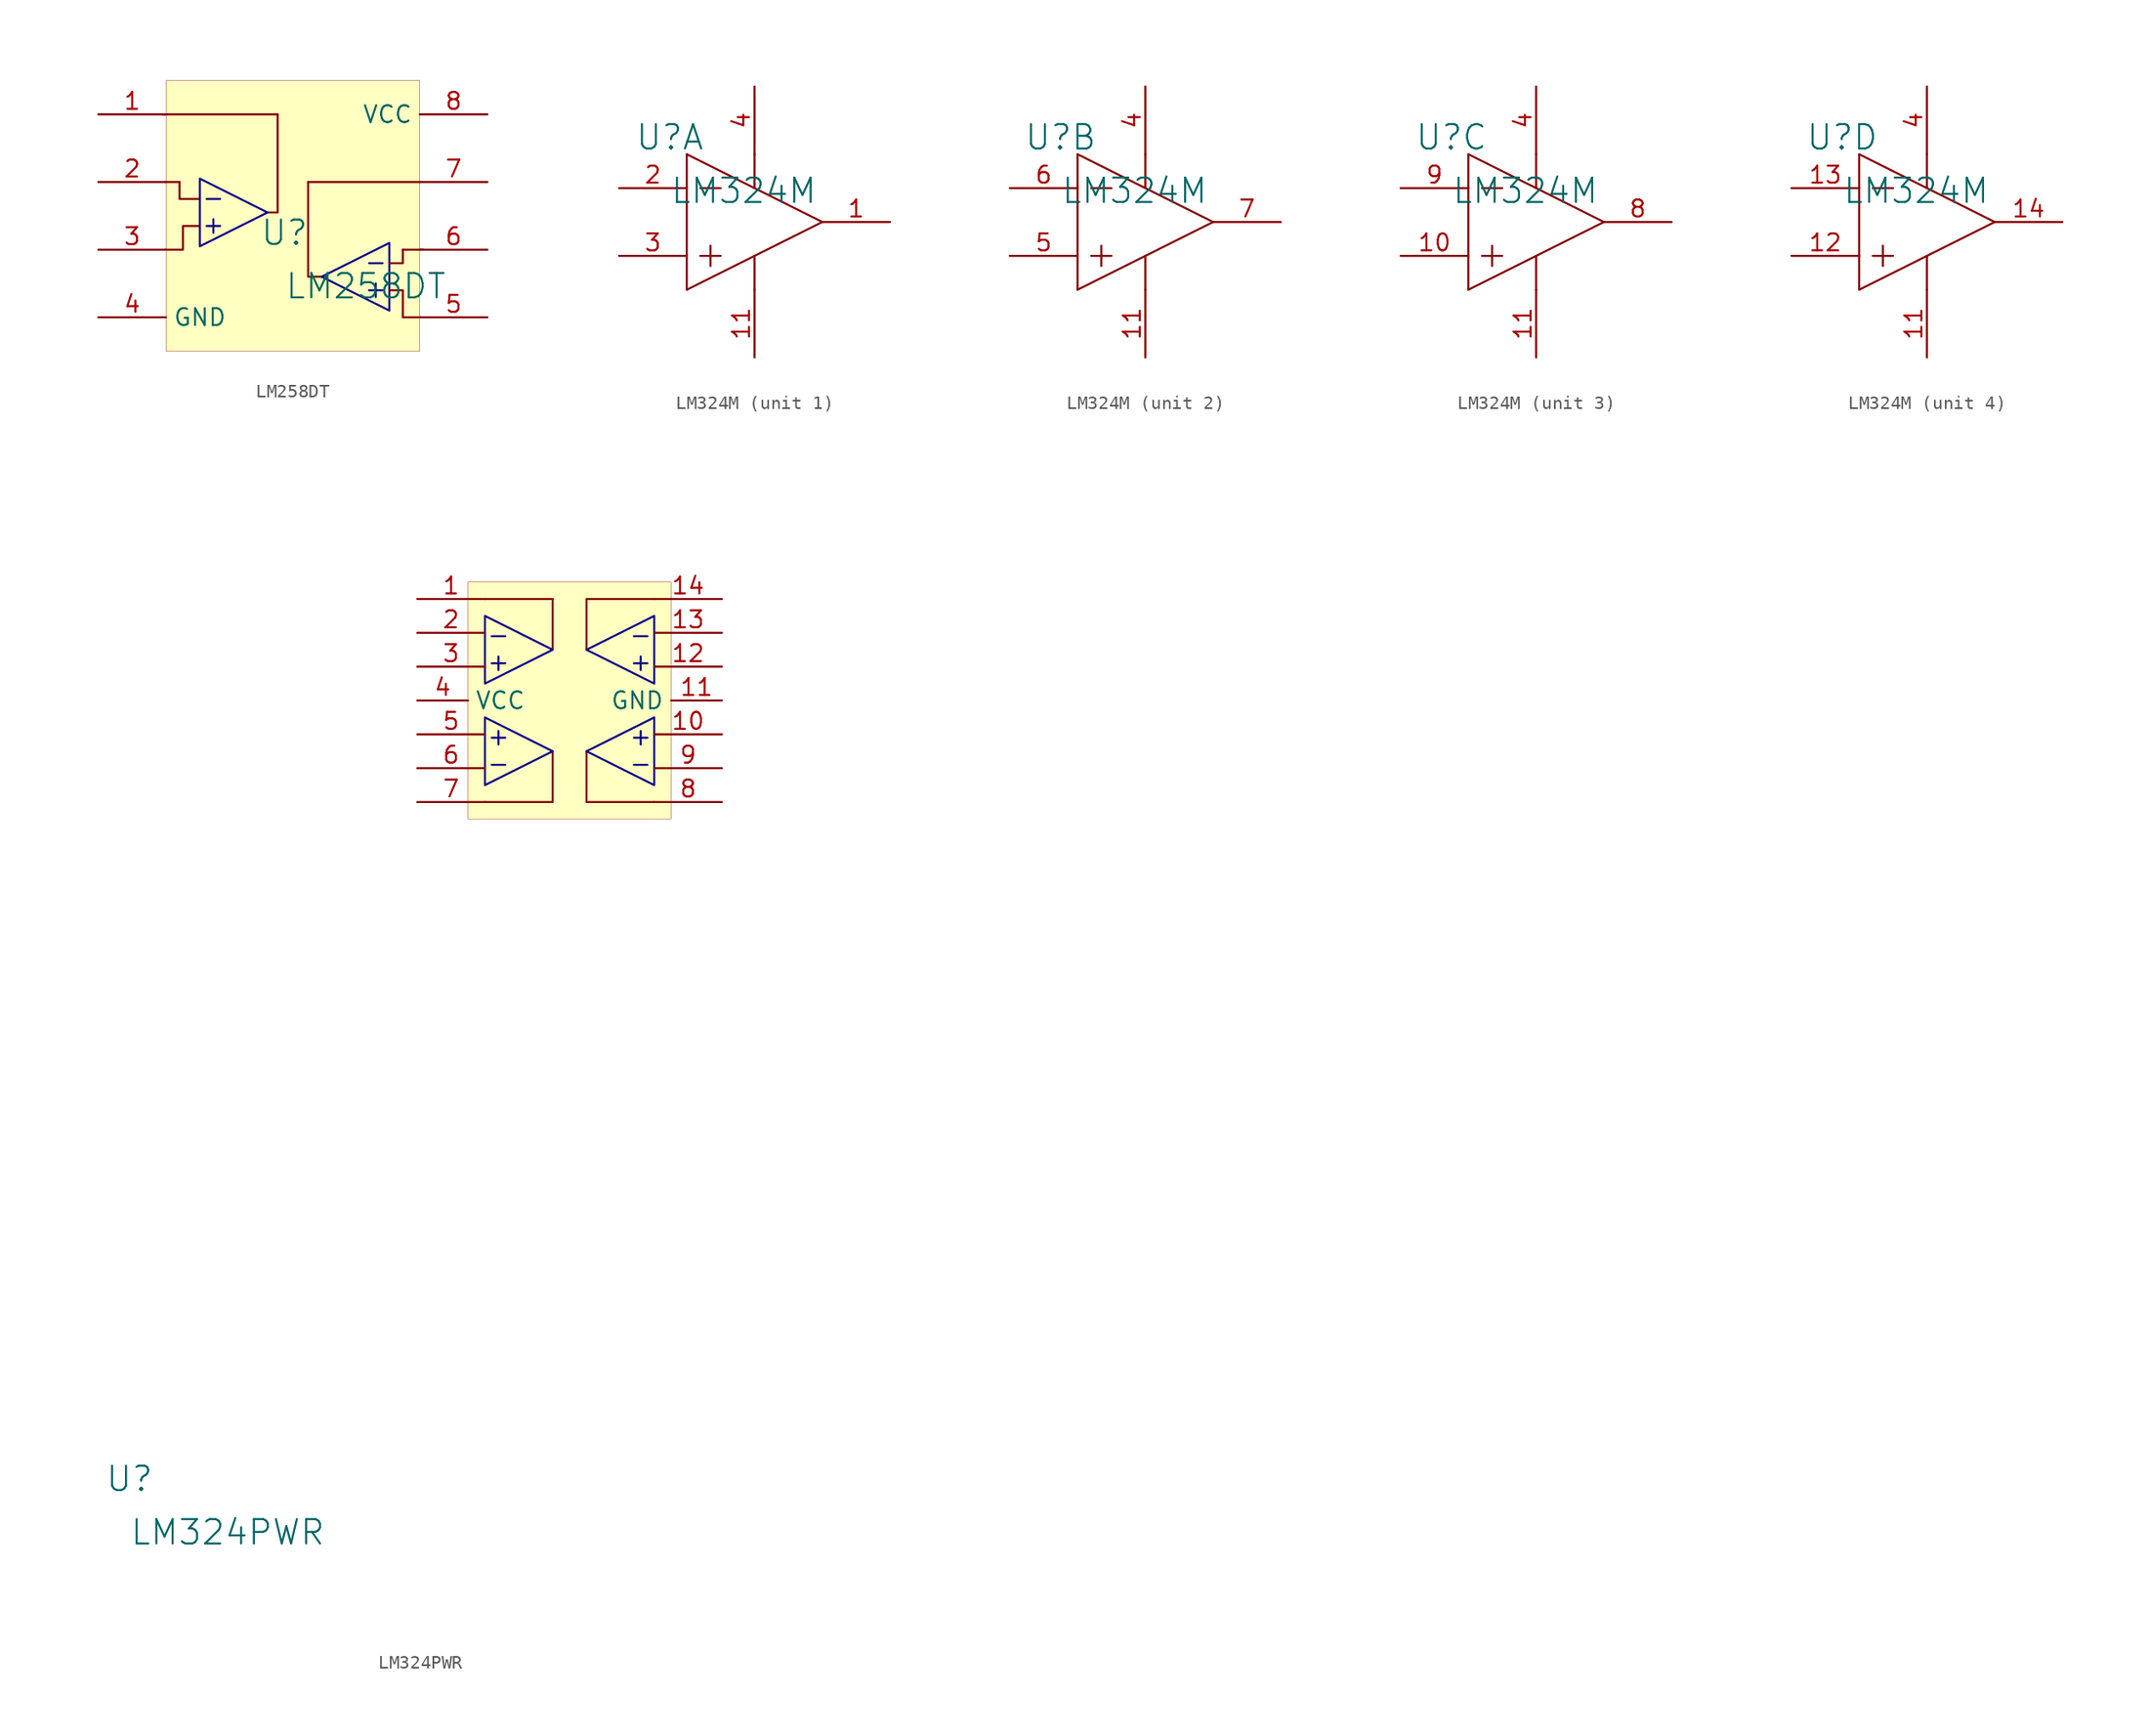
<source format=kicad_sym>
(kicad_symbol_lib
  (version 20241209)
  (generator "kicad_symbol_editor")
  (generator_version "9.0")
  (symbol "LM258DT"
    (property "Reference" "U"
      (at -1.27 1.27 0)
      (effects (font (size 1.829 1.829))))
    (property "Value" "LM258DT"
      (at -1.27 -3.81 0)
      (effects (font (size 1.829 1.829)) (justify left bottom)))
    (symbol "LM258DT_1_0"
      (polyline (pts (xy -10.414 10.16) (xy -1.778 10.16)) (stroke (width 0) (type solid)) (fill (type none)))
      (polyline (pts (xy -10.16 5.08) (xy -9.144 5.08)) (stroke (width 0) (type solid)) (fill (type none)))
      (polyline (pts (xy -7.62 3.81) (xy -9.144 3.81) (xy -9.144 5.08)) (stroke (width 0) (type solid)) (fill (type none)))
      (polyline (pts (xy -7.62 1.778) (xy -8.89 1.778) (xy -8.89 0) (xy -10.16 0)) (stroke (width 0) (type solid)) (fill (type none)))
      (polyline (pts (xy -7.112 3.81) (xy -6.096 3.81)) (stroke (width 0) (type solid) (color 12 0 135 1)) (fill (type none)))
      (polyline (pts (xy -7.112 1.778) (xy -6.096 1.778)) (stroke (width 0) (type solid) (color 12 0 135 1)) (fill (type none)))
      (polyline (pts (xy -6.604 1.27) (xy -6.604 2.286)) (stroke (width 0) (type solid) (color 12 0 135 1)) (fill (type none)))
      (polyline (pts (xy -2.54 2.794) (xy -1.778 2.794) (xy -1.778 10.16)) (stroke (width 0) (type solid)) (fill (type none)))
      (polyline (pts (xy -2.54 2.794) (xy -7.62 0.254) (xy -7.62 5.334) (xy -2.54 2.794)) (stroke (width 0) (type solid) (color 12 0 135 1)) (fill (type none)))
      (polyline (pts (xy 1.524 -2.032) (xy 0.508 -2.032) (xy 0.508 5.08)) (stroke (width 0) (type solid)) (fill (type none)))
      (polyline (pts (xy 1.524 -2.032) (xy 6.604 -4.572) (xy 6.604 0.508) (xy 1.524 -2.032)) (stroke (width 0) (type solid) (color 12 0 135 1)) (fill (type none)))
      (polyline (pts (xy 5.588 -3.556) (xy 5.588 -2.54)) (stroke (width 0) (type solid) (color 12 0 135 1)) (fill (type none)))
      (polyline (pts (xy 6.096 -1.016) (xy 5.08 -1.016)) (stroke (width 0) (type solid) (color 12 0 135 1)) (fill (type none)))
      (polyline (pts (xy 6.096 -3.048) (xy 5.08 -3.048)) (stroke (width 0) (type solid) (color 12 0 135 1)) (fill (type none)))
      (polyline (pts (xy 6.604 -1.016) (xy 7.62 -1.016) (xy 7.62 0)) (stroke (width 0) (type solid)) (fill (type none)))
      (polyline (pts (xy 6.604 -3.048) (xy 7.62 -3.048) (xy 7.62 -5.08) (xy 8.89 -5.08)) (stroke (width 0) (type solid)) (fill (type none)))
      (polyline (pts (xy 7.62 0) (xy 9.144 0)) (stroke (width 0) (type solid)) (fill (type none)))
      (rectangle (start 8.89 12.7) (end -10.16 -7.62) (stroke (width 0.025) (type solid) (color 128 0 0 1)) (fill (type background)))
      (polyline (pts (xy 8.89 5.08) (xy 0.508 5.08)) (stroke (width 0) (type solid)) (fill (type none)))
      (pin passive line (at -15.24 10.16 0) (length 5.08) (name "" (effects (font (size 1.27 1.27)))) (number "1" (effects (font (size 1.27 1.27)))))
      (pin passive line (at -15.24 5.08 0) (length 5.08) (name "" (effects (font (size 1.27 1.27)))) (number "2" (effects (font (size 1.27 1.27)))))
      (pin passive line (at -15.24 0 0) (length 5.08) (name "" (effects (font (size 1.27 1.27)))) (number "3" (effects (font (size 1.27 1.27)))))
      (pin passive line (at -15.24 -5.08 0) (length 5.08) (name "GND" (effects (font (size 1.27 1.27)))) (number "4" (effects (font (size 1.27 1.27)))))
      (pin passive line (at 13.97 10.16 180) (length 5.08) (name "VCC" (effects (font (size 1.27 1.27)))) (number "8" (effects (font (size 1.27 1.27)))))
      (pin passive line (at 13.97 5.08 180) (length 5.08) (name "" (effects (font (size 1.27 1.27)))) (number "7" (effects (font (size 1.27 1.27)))))
      (pin passive line (at 13.97 0 180) (length 5.08) (name "" (effects (font (size 1.27 1.27)))) (number "6" (effects (font (size 1.27 1.27)))))
      (pin passive line (at 13.97 -5.08 180) (length 5.08) (name "" (effects (font (size 1.27 1.27)))) (number "5" (effects (font (size 1.27 1.27)))))))
  (symbol "LM324M"
    (pin_names
      (hide yes))
    (property "Reference" "U"
      (at -1.27 1.27 0)
      (effects (font (size 1.829 1.829))))
    (property "Value" "LM324M"
      (at -1.27 -3.81 0)
      (effects (font (size 1.829 1.829)) (justify left bottom)))
    (symbol "LM324M_0_0"
      (pin power_in line (at 5.08 5.08 270) (length 5.08) (name "V+" (effects (font (size 1.27 1.27)))) (number "4" (effects (font (size 1.27 1.27)))))
      (pin power_in line (at 5.08 -15.24 90) (length 5.08) (name "GND" (effects (font (size 1.27 1.27)))) (number "11" (effects (font (size 1.27 1.27))))))
    (symbol "LM324M_1_0"
      (polyline (pts (xy 0 0) (xy 0 -10.16)) (stroke (width 0) (type solid)) (fill (type none)))
      (polyline (pts (xy 0 0) (xy 10.16 -5.08)) (stroke (width 0) (type solid)) (fill (type none)))
      (polyline (pts (xy 0 -10.16) (xy 10.16 -5.08)) (stroke (width 0) (type solid)) (fill (type none)))
      (polyline (pts (xy 1.016 -2.54) (xy 2.54 -2.54)) (stroke (width 0) (type solid)) (fill (type none)))
      (polyline (pts (xy 1.016 -7.62) (xy 2.54 -7.62)) (stroke (width 0) (type solid)) (fill (type none)))
      (polyline (pts (xy 1.778 -6.858) (xy 1.778 -8.382)) (stroke (width 0) (type solid)) (fill (type none)))
      (polyline (pts (xy 5.08 0) (xy 5.08 -2.54)) (stroke (width 0) (type solid)) (fill (type none)))
      (polyline (pts (xy 5.08 -7.62) (xy 5.08 -10.16)) (stroke (width 0) (type solid)) (fill (type none)))
      (pin input line (at -5.08 -2.54 0) (length 5.08) (name "IN1-" (effects (font (size 1.27 1.27)))) (number "2" (effects (font (size 1.27 1.27)))))
      (pin input line (at -5.08 -7.62 0) (length 5.08) (name "IN1+" (effects (font (size 1.27 1.27)))) (number "3" (effects (font (size 1.27 1.27)))))
      (pin output line (at 15.24 -5.08 180) (length 5.08) (name "OUT1" (effects (font (size 1.27 1.27)))) (number "1" (effects (font (size 1.27 1.27))))))
    (symbol "LM324M_2_0"
      (polyline (pts (xy 0 0) (xy 0 -10.16)) (stroke (width 0) (type solid)) (fill (type none)))
      (polyline (pts (xy 0 0) (xy 10.16 -5.08)) (stroke (width 0) (type solid)) (fill (type none)))
      (polyline (pts (xy 0 -10.16) (xy 10.16 -5.08)) (stroke (width 0) (type solid)) (fill (type none)))
      (polyline (pts (xy 1.016 -2.54) (xy 2.54 -2.54)) (stroke (width 0) (type solid)) (fill (type none)))
      (polyline (pts (xy 1.016 -7.62) (xy 2.54 -7.62)) (stroke (width 0) (type solid)) (fill (type none)))
      (polyline (pts (xy 1.778 -6.858) (xy 1.778 -8.382)) (stroke (width 0) (type solid)) (fill (type none)))
      (polyline (pts (xy 5.08 0) (xy 5.08 -2.54)) (stroke (width 0) (type solid)) (fill (type none)))
      (polyline (pts (xy 5.08 -7.62) (xy 5.08 -10.16)) (stroke (width 0) (type solid)) (fill (type none)))
      (pin input line (at -5.08 -2.54 0) (length 5.08) (name "IN2-" (effects (font (size 1.27 1.27)))) (number "6" (effects (font (size 1.27 1.27)))))
      (pin input line (at -5.08 -7.62 0) (length 5.08) (name "IN2+" (effects (font (size 1.27 1.27)))) (number "5" (effects (font (size 1.27 1.27)))))
      (pin output line (at 15.24 -5.08 180) (length 5.08) (name "OUT2" (effects (font (size 1.27 1.27)))) (number "7" (effects (font (size 1.27 1.27))))))
    (symbol "LM324M_3_0"
      (polyline (pts (xy 0 0) (xy 0 -10.16)) (stroke (width 0) (type solid)) (fill (type none)))
      (polyline (pts (xy 0 0) (xy 10.16 -5.08)) (stroke (width 0) (type solid)) (fill (type none)))
      (polyline (pts (xy 0 -10.16) (xy 10.16 -5.08)) (stroke (width 0) (type solid)) (fill (type none)))
      (polyline (pts (xy 1.016 -2.54) (xy 2.54 -2.54)) (stroke (width 0) (type solid)) (fill (type none)))
      (polyline (pts (xy 1.016 -7.62) (xy 2.54 -7.62)) (stroke (width 0) (type solid)) (fill (type none)))
      (polyline (pts (xy 1.778 -6.858) (xy 1.778 -8.382)) (stroke (width 0) (type solid)) (fill (type none)))
      (polyline (pts (xy 5.08 0) (xy 5.08 -2.54)) (stroke (width 0) (type solid)) (fill (type none)))
      (polyline (pts (xy 5.08 -7.62) (xy 5.08 -10.16)) (stroke (width 0) (type solid)) (fill (type none)))
      (pin input line (at -5.08 -2.54 0) (length 5.08) (name "IN3-" (effects (font (size 1.27 1.27)))) (number "9" (effects (font (size 1.27 1.27)))))
      (pin input line (at -5.08 -7.62 0) (length 5.08) (name "IN3+" (effects (font (size 1.27 1.27)))) (number "10" (effects (font (size 1.27 1.27)))))
      (pin output line (at 15.24 -5.08 180) (length 5.08) (name "OUT3" (effects (font (size 1.27 1.27)))) (number "8" (effects (font (size 1.27 1.27))))))
    (symbol "LM324M_4_0"
      (polyline (pts (xy 0 0) (xy 0 -10.16)) (stroke (width 0) (type solid)) (fill (type none)))
      (polyline (pts (xy 0 0) (xy 10.16 -5.08)) (stroke (width 0) (type solid)) (fill (type none)))
      (polyline (pts (xy 0 -10.16) (xy 10.16 -5.08)) (stroke (width 0) (type solid)) (fill (type none)))
      (polyline (pts (xy 1.016 -2.54) (xy 2.54 -2.54)) (stroke (width 0) (type solid)) (fill (type none)))
      (polyline (pts (xy 1.016 -7.62) (xy 2.54 -7.62)) (stroke (width 0) (type solid)) (fill (type none)))
      (polyline (pts (xy 1.778 -6.858) (xy 1.778 -8.382)) (stroke (width 0) (type solid)) (fill (type none)))
      (polyline (pts (xy 5.08 0) (xy 5.08 -2.54)) (stroke (width 0) (type solid)) (fill (type none)))
      (polyline (pts (xy 5.08 -7.62) (xy 5.08 -10.16)) (stroke (width 0) (type solid)) (fill (type none)))
      (pin input line (at -5.08 -2.54 0) (length 5.08) (name "IN4-" (effects (font (size 1.27 1.27)))) (number "13" (effects (font (size 1.27 1.27)))))
      (pin input line (at -5.08 -7.62 0) (length 5.08) (name "IN4+" (effects (font (size 1.27 1.27)))) (number "12" (effects (font (size 1.27 1.27)))))
      (pin output line (at 15.24 -5.08 180) (length 5.08) (name "OUT4" (effects (font (size 1.27 1.27)))) (number "14" (effects (font (size 1.27 1.27)))))))
  (symbol "LM324PWR"
    (property "Reference" "U"
      (at -1.27 1.27 0)
      (effects (font (size 1.829 1.829))))
    (property "Value" "LM324PWR"
      (at -1.27 -3.81 0)
      (effects (font (size 1.829 1.829)) (justify left bottom)))
    (symbol "LM324PWR_1_0"
      (polyline (pts (xy 25.4 67.31) (xy 30.48 67.31)) (stroke (width 0) (type solid)) (fill (type none)))
      (polyline (pts (xy 25.908 64.516) (xy 26.924 64.516)) (stroke (width 0) (type solid) (color 12 0 135 1)) (fill (type none)))
      (polyline (pts (xy 25.908 62.484) (xy 26.924 62.484)) (stroke (width 0) (type solid) (color 12 0 135 1)) (fill (type none)))
      (polyline (pts (xy 25.908 56.896) (xy 26.924 56.896)) (stroke (width 0) (type solid) (color 12 0 135 1)) (fill (type none)))
      (polyline (pts (xy 25.908 54.864) (xy 26.924 54.864)) (stroke (width 0) (type solid) (color 12 0 135 1)) (fill (type none)))
      (polyline (pts (xy 26.416 61.976) (xy 26.416 62.992)) (stroke (width 0) (type solid) (color 12 0 135 1)) (fill (type none)))
      (polyline (pts (xy 26.416 56.388) (xy 26.416 57.404)) (stroke (width 0) (type solid) (color 12 0 135 1)) (fill (type none)))
      (polyline (pts (xy 30.48 63.5) (xy 30.48 67.31)) (stroke (width 0) (type solid)) (fill (type none)))
      (polyline (pts (xy 30.48 63.5) (xy 25.4 60.96) (xy 25.4 66.04) (xy 30.48 63.5)) (stroke (width 0) (type solid) (color 12 0 135 1)) (fill (type none)))
      (polyline (pts (xy 30.48 55.88) (xy 30.48 52.07) (xy 25.4 52.07)) (stroke (width 0) (type solid)) (fill (type none)))
      (polyline (pts (xy 30.48 55.88) (xy 25.4 53.34) (xy 25.4 58.42) (xy 30.48 55.88)) (stroke (width 0) (type solid) (color 12 0 135 1)) (fill (type none)))
      (polyline (pts (xy 33.02 63.5) (xy 33.02 67.31) (xy 38.1 67.31)) (stroke (width 0) (type solid)) (fill (type none)))
      (polyline (pts (xy 33.02 63.5) (xy 38.1 66.04) (xy 38.1 60.96) (xy 33.02 63.5)) (stroke (width 0) (type solid) (color 12 0 135 1)) (fill (type none)))
      (polyline (pts (xy 33.02 55.88) (xy 33.02 52.07) (xy 38.1 52.07)) (stroke (width 0) (type solid)) (fill (type none)))
      (polyline (pts (xy 33.02 55.88) (xy 38.1 58.42) (xy 38.1 53.34) (xy 33.02 55.88)) (stroke (width 0) (type solid) (color 12 0 135 1)) (fill (type none)))
      (polyline (pts (xy 37.084 62.992) (xy 37.084 61.976)) (stroke (width 0) (type solid) (color 12 0 135 1)) (fill (type none)))
      (polyline (pts (xy 37.084 57.404) (xy 37.084 56.388)) (stroke (width 0) (type solid) (color 12 0 135 1)) (fill (type none)))
      (polyline (pts (xy 37.592 64.516) (xy 36.576 64.516)) (stroke (width 0) (type solid) (color 12 0 135 1)) (fill (type none)))
      (polyline (pts (xy 37.592 62.484) (xy 36.576 62.484)) (stroke (width 0) (type solid) (color 12 0 135 1)) (fill (type none)))
      (polyline (pts (xy 37.592 56.896) (xy 36.576 56.896)) (stroke (width 0) (type solid) (color 12 0 135 1)) (fill (type none)))
      (polyline (pts (xy 37.592 54.864) (xy 36.576 54.864)) (stroke (width 0) (type solid) (color 12 0 135 1)) (fill (type none)))
      (rectangle (start 39.37 68.58) (end 24.13 50.8) (stroke (width 0.025) (type solid) (color 128 0 0 1)) (fill (type background)))
      (pin passive line (at 20.32 67.31 0) (length 5.08) (name "" (effects (font (size 1.27 1.27)))) (number "1" (effects (font (size 1.27 1.27)))))
      (pin passive line (at 20.32 64.77 0) (length 5.08) (name "" (effects (font (size 1.27 1.27)))) (number "2" (effects (font (size 1.27 1.27)))))
      (pin passive line (at 20.32 62.23 0) (length 5.08) (name "" (effects (font (size 1.27 1.27)))) (number "3" (effects (font (size 1.27 1.27)))))
      (pin passive line (at 20.32 59.69 0) (length 3.81) (name "VCC" (effects (font (size 1.27 1.27)))) (number "4" (effects (font (size 1.27 1.27)))))
      (pin passive line (at 20.32 57.15 0) (length 5.08) (name "" (effects (font (size 1.27 1.27)))) (number "5" (effects (font (size 1.27 1.27)))))
      (pin passive line (at 20.32 54.61 0) (length 5.08) (name "" (effects (font (size 1.27 1.27)))) (number "6" (effects (font (size 1.27 1.27)))))
      (pin passive line (at 20.32 52.07 0) (length 5.08) (name "" (effects (font (size 1.27 1.27)))) (number "7" (effects (font (size 1.27 1.27)))))
      (pin passive line (at 43.18 67.31 180) (length 5.08) (name "" (effects (font (size 1.27 1.27)))) (number "14" (effects (font (size 1.27 1.27)))))
      (pin passive line (at 43.18 64.77 180) (length 5.08) (name "" (effects (font (size 1.27 1.27)))) (number "13" (effects (font (size 1.27 1.27)))))
      (pin passive line (at 43.18 62.23 180) (length 5.08) (name "" (effects (font (size 1.27 1.27)))) (number "12" (effects (font (size 1.27 1.27)))))
      (pin passive line (at 43.18 59.69 180) (length 3.81) (name "GND" (effects (font (size 1.27 1.27)))) (number "11" (effects (font (size 1.27 1.27)))))
      (pin passive line (at 43.18 57.15 180) (length 5.08) (name "" (effects (font (size 1.27 1.27)))) (number "10" (effects (font (size 1.27 1.27)))))
      (pin passive line (at 43.18 54.61 180) (length 5.08) (name "" (effects (font (size 1.27 1.27)))) (number "9" (effects (font (size 1.27 1.27)))))
      (pin passive line (at 43.18 52.07 180) (length 5.08) (name "" (effects (font (size 1.27 1.27)))) (number "8" (effects (font (size 1.27 1.27))))))))
</source>
